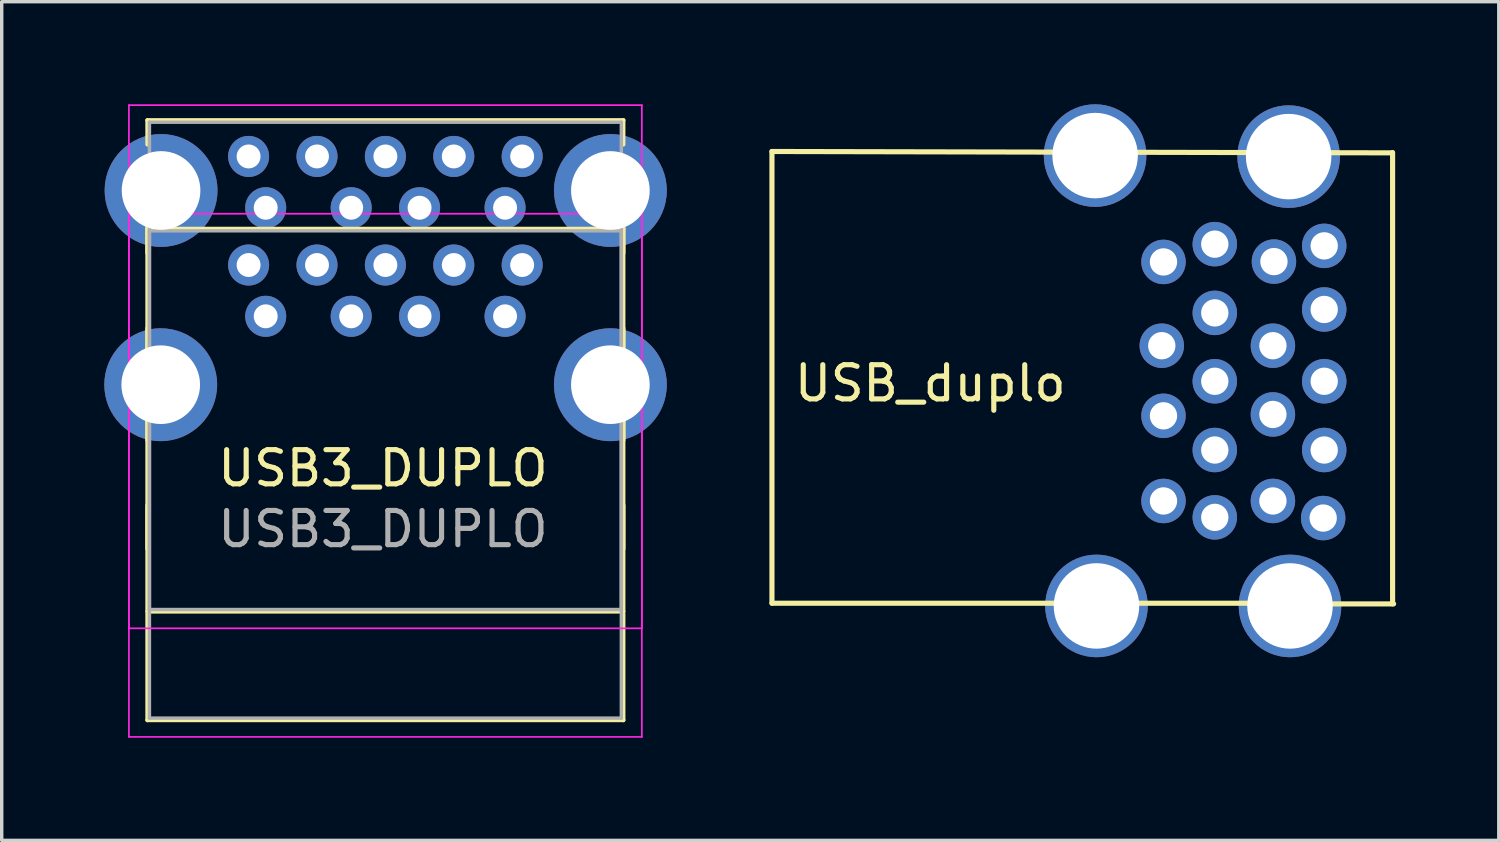
<source format=kicad_pcb>
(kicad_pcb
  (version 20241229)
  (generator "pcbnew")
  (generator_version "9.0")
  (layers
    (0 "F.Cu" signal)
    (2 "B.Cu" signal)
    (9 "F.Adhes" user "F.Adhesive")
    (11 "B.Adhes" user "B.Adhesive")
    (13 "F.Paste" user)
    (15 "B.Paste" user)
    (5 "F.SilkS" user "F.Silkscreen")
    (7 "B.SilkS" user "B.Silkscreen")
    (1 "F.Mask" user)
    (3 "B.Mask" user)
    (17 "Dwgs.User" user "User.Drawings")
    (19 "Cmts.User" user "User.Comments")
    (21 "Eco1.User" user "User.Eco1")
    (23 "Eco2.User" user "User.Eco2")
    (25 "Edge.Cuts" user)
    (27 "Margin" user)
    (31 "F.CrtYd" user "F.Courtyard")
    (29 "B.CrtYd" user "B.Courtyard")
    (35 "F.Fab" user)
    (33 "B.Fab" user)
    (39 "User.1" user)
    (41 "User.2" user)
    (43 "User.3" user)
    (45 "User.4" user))
  (footprint "USB_duplo"
    (layer "F.Cu")
    (at 30.975 4.6)
    (property "Reference" "USB_duplo" (at -6.82 3.56 0) (layer "F.SilkS") (effects (font (size 1 1) (thickness 0.15))))
    (attr through_hole)
    (fp_line (start -11.45 -3.22) (end 6.68 -3.18) (stroke (width 0.15) (type solid)) (layer "F.SilkS"))
    (fp_line (start -11.45 9.99) (end -11.45 -3.22) (stroke (width 0.15) (type solid)) (layer "F.SilkS"))
    (fp_line (start 3.66 9.99) (end -11.45 9.99) (stroke (width 0.15) (type solid)) (layer "F.SilkS"))
    (fp_line (start 6.7 -3.19) (end 6.7 10.01) (stroke (width 0.15) (type solid)) (layer "F.SilkS"))
    (fp_line (start 6.73 10.01) (end 3.71 10.01) (stroke (width 0.15) (type solid)) (layer "F.SilkS"))
    (pad "1" thru_hole circle (at 0 0.01) (size 1.3 1.3) (drill 0.8) (layers "*.Cu" "*.Mask"))
    (pad "2" thru_hole circle (at -0.05 2.46) (size 1.3 1.3) (drill 0.8) (layers "*.Cu" "*.Mask"))
    (pad "3" thru_hole circle (at 0 4.51) (size 1.3 1.3) (drill 0.8) (layers "*.Cu" "*.Mask"))
    (pad "4" thru_hole circle (at 0 7) (size 1.3 1.3) (drill 0.8) (layers "*.Cu" "*.Mask"))
    (pad "5" thru_hole circle (at 1.5 7.48) (size 1.3 1.3) (drill 0.8) (layers "*.Cu" "*.Mask"))
    (pad "6" thru_hole circle (at 1.5 5.51) (size 1.3 1.3) (drill 0.8) (layers "*.Cu" "*.Mask"))
    (pad "7" thru_hole circle (at 1.5 3.5) (size 1.3 1.3) (drill 0.8) (layers "*.Cu" "*.Mask"))
    (pad "8" thru_hole circle (at 1.5 1.5) (size 1.3 1.3) (drill 0.8) (layers "*.Cu" "*.Mask"))
    (pad "9" thru_hole circle (at 1.5 -0.51) (size 1.3 1.3) (drill 0.8) (layers "*.Cu" "*.Mask"))
    (pad "10" thru_hole circle (at 3.23 0) (size 1.3 1.3) (drill 0.8) (layers "*.Cu" "*.Mask"))
    (pad "11" thru_hole circle (at 3.2 2.46) (size 1.3 1.3) (drill 0.8) (layers "*.Cu" "*.Mask"))
    (pad "12" thru_hole circle (at 3.2 4.47) (size 1.3 1.3) (drill 0.8) (layers "*.Cu" "*.Mask"))
    (pad "13" thru_hole circle (at 3.2 7) (size 1.3 1.3) (drill 0.8) (layers "*.Cu" "*.Mask"))
    (pad "14" thru_hole circle (at 4.67 7.5) (size 1.3 1.3) (drill 0.8) (layers "*.Cu" "*.Mask"))
    (pad "15" thru_hole circle (at 4.7 5.51) (size 1.3 1.3) (drill 0.8) (layers "*.Cu" "*.Mask"))
    (pad "16" thru_hole circle (at 4.7 3.5) (size 1.3 1.3) (drill 0.8) (layers "*.Cu" "*.Mask"))
    (pad "17" thru_hole circle (at 4.7 1.4) (size 1.3 1.3) (drill 0.8) (layers "*.Cu" "*.Mask"))
    (pad "18" thru_hole circle (at 4.7 -0.46) (size 1.3 1.3) (drill 0.8) (layers "*.Cu" "*.Mask"))
    (pad "19" thru_hole circle (at -2 -3.1) (size 3 3) (drill 2.5) (layers "*.Cu" "*.Mask"))
    (pad "20" thru_hole circle (at 3.66 -3.07) (size 3 3) (drill 2.5) (layers "*.Cu" "*.Mask"))
    (pad "21" thru_hole circle (at 3.7 10.07) (size 3 3) (drill 2.5) (layers "*.Cu" "*.Mask"))
    (pad "22" thru_hole circle (at -1.96 10.07) (size 3 3) (drill 2.5) (layers "*.Cu" "*.Mask")))
  (footprint "USB3_DUPLO"
    (layer "F.Cu")
    (at 4.72 6.2)
    (property "Reference" "USB3_DUPLO" (at 3.429 4.445 0) (layer "F.SilkS") (effects (font (size 1 1) (thickness 0.15))))
    (attr through_hole)
    (fp_line (start -3.46 -5.735) (end -3.46 -5.025) (stroke (width 0.12) (type solid)) (layer "F.SilkS"))
    (fp_line (start -3.46 -5.735) (end 10.46 -5.735) (stroke (width 0.12) (type solid)) (layer "F.SilkS"))
    (fp_line (start -3.46 -2.56) (end -3.46 -1.85) (stroke (width 0.12) (type solid)) (layer "F.SilkS"))
    (fp_line (start -3.46 -2.56) (end 10.46 -2.56) (stroke (width 0.12) (type solid)) (layer "F.SilkS"))
    (fp_line (start -3.46 3.625) (end -3.46 -2.825) (stroke (width 0.12) (type solid)) (layer "F.SilkS"))
    (fp_line (start -3.46 6.8) (end -3.46 0.35) (stroke (width 0.12) (type solid)) (layer "F.SilkS"))
    (fp_line (start -3.46 8.635) (end -3.46 5.525) (stroke (width 0.12) (type solid)) (layer "F.SilkS"))
    (fp_line (start -3.46 8.635) (end 10.46 8.635) (stroke (width 0.12) (type solid)) (layer "F.SilkS"))
    (fp_line (start -3.46 11.81) (end -3.46 8.7) (stroke (width 0.12) (type solid)) (layer "F.SilkS"))
    (fp_line (start -3.46 11.81) (end 10.46 11.81) (stroke (width 0.12) (type solid)) (layer "F.SilkS"))
    (fp_line (start 10.46 -5.735) (end 10.46 -5.025) (stroke (width 0.12) (type solid)) (layer "F.SilkS"))
    (fp_line (start 10.46 -2.56) (end 10.46 -1.85) (stroke (width 0.12) (type solid)) (layer "F.SilkS"))
    (fp_line (start 10.46 3.625) (end 10.46 -2.825) (stroke (width 0.12) (type solid)) (layer "F.SilkS"))
    (fp_line (start 10.46 6.8) (end 10.46 0.35) (stroke (width 0.12) (type solid)) (layer "F.SilkS"))
    (fp_line (start 10.46 8.635) (end 10.46 5.525) (stroke (width 0.12) (type solid)) (layer "F.SilkS"))
    (fp_line (start 10.46 11.81) (end 10.46 8.7) (stroke (width 0.12) (type solid)) (layer "F.SilkS"))
    (fp_line (start -4 -6.175) (end 11 -6.175) (stroke (width 0.05) (type solid)) (layer "F.CrtYd"))
    (fp_line (start -4 -3) (end 11 -3) (stroke (width 0.05) (type solid)) (layer "F.CrtYd"))
    (fp_line (start -4 9.125) (end -4 -6.175) (stroke (width 0.05) (type solid)) (layer "F.CrtYd"))
    (fp_line (start -4 12.3) (end -4 -3) (stroke (width 0.05) (type solid)) (layer "F.CrtYd"))
    (fp_line (start 11 -6.175) (end 11 9.125) (stroke (width 0.05) (type solid)) (layer "F.CrtYd"))
    (fp_line (start 11 -3) (end 11 12.3) (stroke (width 0.05) (type solid)) (layer "F.CrtYd"))
    (fp_line (start 11 9.125) (end -4 9.125) (stroke (width 0.05) (type solid)) (layer "F.CrtYd"))
    (fp_line (start 11 12.3) (end -4 12.3) (stroke (width 0.05) (type solid)) (layer "F.CrtYd"))
    (fp_line (start -3.4 -5.675) (end 10.4 -5.675) (stroke (width 0.1) (type solid)) (layer "F.Fab"))
    (fp_line (start -3.4 -2.5) (end 10.4 -2.5) (stroke (width 0.1) (type solid)) (layer "F.Fab"))
    (fp_line (start -3.4 8.575) (end -3.4 -5.675) (stroke (width 0.1) (type solid)) (layer "F.Fab"))
    (fp_line (start -3.4 11.75) (end -3.4 -2.5) (stroke (width 0.1) (type solid)) (layer "F.Fab"))
    (fp_line (start 10.4 -5.675) (end 10.4 8.575) (stroke (width 0.1) (type solid)) (layer "F.Fab"))
    (fp_line (start 10.4 -2.5) (end 10.4 11.75) (stroke (width 0.1) (type solid)) (layer "F.Fab"))
    (fp_line (start 10.4 8.575) (end -3.4 8.575) (stroke (width 0.1) (type solid)) (layer "F.Fab"))
    (fp_line (start 10.4 11.75) (end -3.4 11.75) (stroke (width 0.1) (type solid)) (layer "F.Fab"))
    (fp_text user "${REFERENCE}" (at 3.429 6.223 0) (layer "F.Fab") (effects (font (size 1 1) (thickness 0.15))))
    (pad "1" thru_hole circle (at 0 0) (size 1.2 1.2) (drill 0.7) (layers "*.Cu" "*.Mask"))
    (pad "2" thru_hole circle (at 2.5 0) (size 1.2 1.2) (drill 0.7) (layers "*.Cu" "*.Mask"))
    (pad "3" thru_hole circle (at 4.5 0) (size 1.2 1.2) (drill 0.7) (layers "*.Cu" "*.Mask"))
    (pad "4" thru_hole circle (at 7 0) (size 1.2 1.2) (drill 0.7) (layers "*.Cu" "*.Mask"))
    (pad "5" thru_hole circle (at 7.5 -1.5) (size 1.2 1.2) (drill 0.7) (layers "*.Cu" "*.Mask"))
    (pad "6" thru_hole circle (at 5.5 -1.5) (size 1.2 1.2) (drill 0.7) (layers "*.Cu" "*.Mask"))
    (pad "7" thru_hole circle (at 3.5 -1.5) (size 1.2 1.2) (drill 0.7) (layers "*.Cu" "*.Mask"))
    (pad "8" thru_hole circle (at 1.5 -1.5) (size 1.2 1.2) (drill 0.7) (layers "*.Cu" "*.Mask"))
    (pad "9" thru_hole circle (at -0.5 -1.5) (size 1.2 1.2) (drill 0.7) (layers "*.Cu" "*.Mask"))
    (pad "10" thru_hole circle (at 0 -3.175) (size 1.2 1.2) (drill 0.7) (layers "*.Cu" "*.Mask"))
    (pad "11" thru_hole circle (at 2.5 -3.175) (size 1.2 1.2) (drill 0.7) (layers "*.Cu" "*.Mask"))
    (pad "12" thru_hole circle (at 4.5 -3.175) (size 1.2 1.2) (drill 0.7) (layers "*.Cu" "*.Mask"))
    (pad "13" thru_hole circle (at 7 -3.175) (size 1.2 1.2) (drill 0.7) (layers "*.Cu" "*.Mask"))
    (pad "14" thru_hole circle (at 7.5 -4.675) (size 1.2 1.2) (drill 0.7) (layers "*.Cu" "*.Mask"))
    (pad "15" thru_hole circle (at 5.5 -4.675) (size 1.2 1.2) (drill 0.7) (layers "*.Cu" "*.Mask"))
    (pad "16" thru_hole circle (at 3.5 -4.675) (size 1.2 1.2) (drill 0.7) (layers "*.Cu" "*.Mask"))
    (pad "17" thru_hole circle (at 1.5 -4.675) (size 1.2 1.2) (drill 0.7) (layers "*.Cu" "*.Mask"))
    (pad "18" thru_hole circle (at -0.5 -4.675) (size 1.2 1.2) (drill 0.7) (layers "*.Cu" "*.Mask"))
    (pad "19" thru_hole circle (at -3.07 2) (size 3.3 3.3) (drill 2.3) (layers "*.Cu" "*.Mask"))
    (pad "20" thru_hole circle (at 10.08 2) (size 3.3 3.3) (drill 2.3) (layers "*.Cu" "*.Mask"))
    (pad "21" thru_hole circle (at 10.08 -3.68) (size 3.3 3.3) (drill 2.3) (layers "*.Cu" "*.Mask"))
    (pad "22" thru_hole circle (at -3.06 -3.68) (size 3.3 3.3) (drill 2.3) (layers "*.Cu" "*.Mask")))
  (gr_rect
    (start -3 -3)
    (end 40.78 21.525)
    (stroke (width 0.1) (type default))
    (fill no)
    (layer "Edge.Cuts")))
</source>
